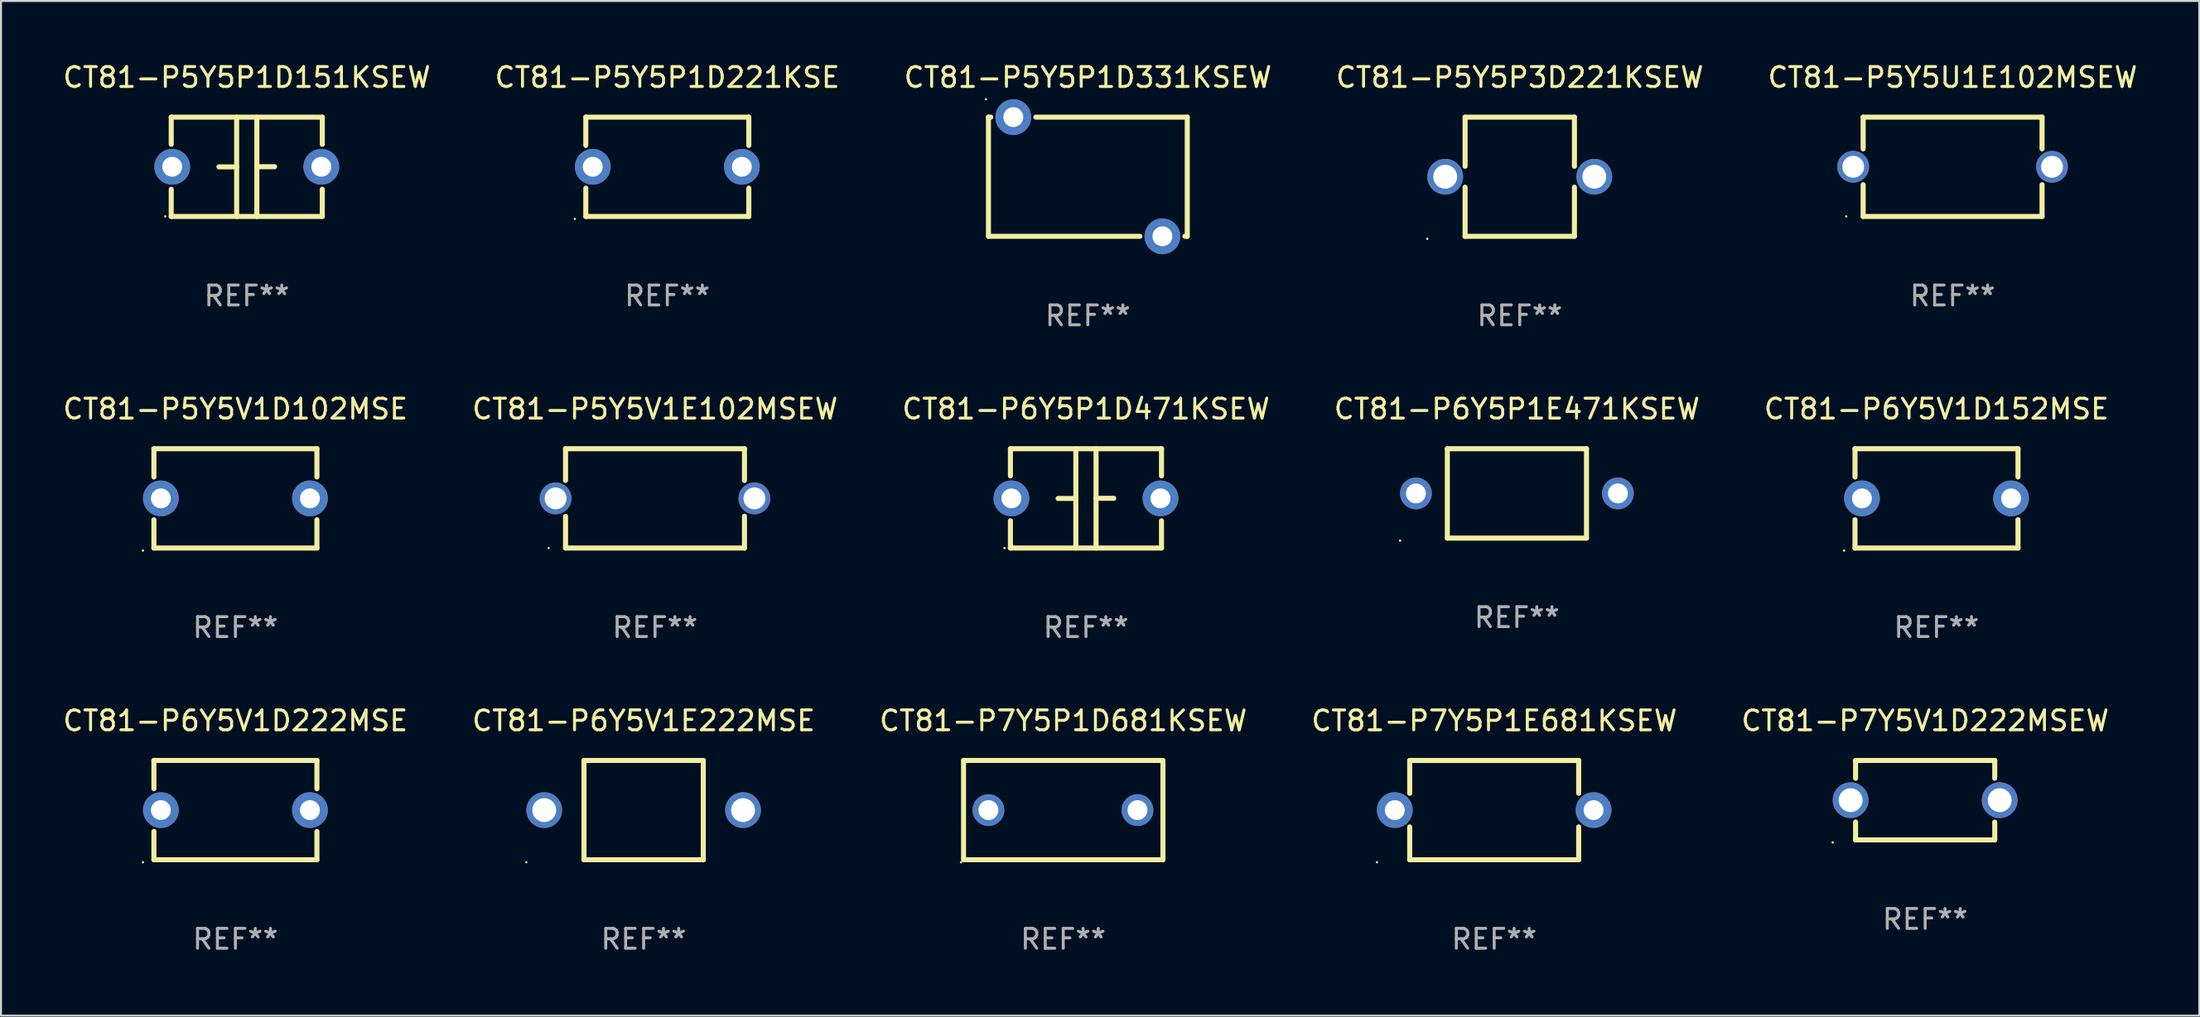
<source format=kicad_pcb>
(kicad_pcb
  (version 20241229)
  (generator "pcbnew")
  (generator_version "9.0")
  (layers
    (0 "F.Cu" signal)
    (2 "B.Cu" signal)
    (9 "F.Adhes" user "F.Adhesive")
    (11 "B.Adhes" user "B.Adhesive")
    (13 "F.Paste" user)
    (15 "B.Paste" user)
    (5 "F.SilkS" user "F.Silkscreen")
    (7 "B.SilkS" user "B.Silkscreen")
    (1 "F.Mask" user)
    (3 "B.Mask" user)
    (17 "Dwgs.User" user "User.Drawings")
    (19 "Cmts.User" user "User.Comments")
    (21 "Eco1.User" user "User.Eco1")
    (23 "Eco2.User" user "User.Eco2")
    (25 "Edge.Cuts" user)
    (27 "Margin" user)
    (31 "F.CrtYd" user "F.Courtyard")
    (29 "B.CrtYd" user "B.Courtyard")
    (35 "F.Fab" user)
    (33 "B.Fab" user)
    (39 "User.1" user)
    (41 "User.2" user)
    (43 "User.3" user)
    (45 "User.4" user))
  (footprint "CT81-P5Y5V1E102MSEW"
    (layer "F.Cu")
    (at 29.899 22.045)
    (property "Reference" "CT81-P5Y5V1E102MSEW" (at 0 -4.5 0) (layer "F.SilkS") (effects (font (size 1 1) (thickness 0.15))))
    (attr through_hole)
    (fp_line (start -4.5 -2.5) (end 4.5 -2.5) (stroke (width 0.254) (type solid)) (layer "F.SilkS"))
    (fp_line (start -4.5 -0.901) (end -4.5 -2.5) (stroke (width 0.254) (type solid)) (layer "F.SilkS"))
    (fp_line (start -4.5 2.5) (end -4.5 0.901) (stroke (width 0.254) (type solid)) (layer "F.SilkS"))
    (fp_line (start -4.5 2.5) (end 4.5 2.5) (stroke (width 0.254) (type solid)) (layer "F.SilkS"))
    (fp_line (start 4.5 -0.901) (end 4.5 -2.5) (stroke (width 0.254) (type solid)) (layer "F.SilkS"))
    (fp_line (start 4.5 2.5) (end 4.5 0.901) (stroke (width 0.254) (type solid)) (layer "F.SilkS"))
    (fp_circle (center -5.35 2.5) (end -5.32 2.5) (stroke (width 0.06) (type solid)) (fill no) (layer "F.SilkS"))
    (fp_text user "REF**" (at 0 6.5 0) (layer "F.Fab") (effects (font (size 1 1) (thickness 0.15))))
    (pad "1" thru_hole circle (at -5 0) (size 1.6 1.6) (drill 1.1) (layers "*.Cu" "*.Mask"))
    (pad "2" thru_hole circle (at 5 0) (size 1.6 1.6) (drill 1.1) (layers "*.Cu" "*.Mask")))
  (footprint "CT81-P7Y5P1D681KSEW"
    (layer "F.Cu")
    (at 50.435 37.741)
    (property "Reference" "CT81-P7Y5P1D681KSEW" (at 0 -4.5 0) (layer "F.SilkS") (effects (font (size 1 1) (thickness 0.15))))
    (attr through_hole)
    (fp_line (start -5.015 2.5) (end -5.015 -2.5) (stroke (width 0.254) (type solid)) (layer "F.SilkS"))
    (fp_line (start -5.005 -2.5) (end 4.995 -2.5) (stroke (width 0.254) (type solid)) (layer "F.SilkS"))
    (fp_line (start 5.005 2.5) (end -4.995 2.5) (stroke (width 0.254) (type solid)) (layer "F.SilkS"))
    (fp_line (start 5.015 -2.5) (end 5.015 2.5) (stroke (width 0.254) (type solid)) (layer "F.SilkS"))
    (fp_circle (center -5.142 2.627) (end -5.112 2.627) (stroke (width 0.06) (type solid)) (fill no) (layer "F.SilkS"))
    (fp_text user "REF**" (at 0 6.5 0) (layer "F.Fab") (effects (font (size 1 1) (thickness 0.15))))
    (pad "1" thru_hole circle (at -3.764 0) (size 1.6 1.6) (drill 1) (layers "*.Cu" "*.Mask"))
    (pad "2" thru_hole circle (at 3.734 0) (size 1.6 1.6) (drill 1) (layers "*.Cu" "*.Mask")))
  (footprint "CT81-P7Y5P1E681KSEW"
    (layer "F.Cu")
    (at 72.113 37.741)
    (property "Reference" "CT81-P7Y5P1E681KSEW" (at 0 -4.499 0) (layer "F.SilkS") (effects (font (size 1 1) (thickness 0.15))))
    (attr through_hole)
    (fp_line (start -4.25 -2.499) (end -4.25 -0.846) (stroke (width 0.254) (type solid)) (layer "F.SilkS"))
    (fp_line (start -4.25 -2.499) (end 4.25 -2.499) (stroke (width 0.254) (type solid)) (layer "F.SilkS"))
    (fp_line (start -4.25 0.846) (end -4.25 2.499) (stroke (width 0.254) (type solid)) (layer "F.SilkS"))
    (fp_line (start 4.25 -0.846) (end 4.25 -2.499) (stroke (width 0.254) (type solid)) (layer "F.SilkS"))
    (fp_line (start 4.25 2.499) (end -4.25 2.499) (stroke (width 0.254) (type solid)) (layer "F.SilkS"))
    (fp_line (start 4.25 2.499) (end 4.25 0.846) (stroke (width 0.254) (type solid)) (layer "F.SilkS"))
    (fp_circle (center -5.9 2.626) (end -5.87 2.626) (stroke (width 0.06) (type solid)) (fill no) (layer "F.SilkS"))
    (fp_text user "REF**" (at 0 6.499 0) (layer "F.Fab") (effects (font (size 1 1) (thickness 0.15))))
    (pad "1" thru_hole circle (at -5 0) (size 1.8 1.8) (drill 1) (layers "*.Cu" "*.Mask"))
    (pad "2" thru_hole circle (at 5 0) (size 1.8 1.8) (drill 1) (layers "*.Cu" "*.Mask")))
  (footprint "CT81-P6Y5P1E471KSEW"
    (layer "F.Cu")
    (at 73.256 21.795)
    (property "Reference" "CT81-P6Y5P1E471KSEW" (at 0 -4.25 0) (layer "F.SilkS") (effects (font (size 1 1) (thickness 0.15))))
    (attr through_hole)
    (fp_line (start -3.5 -2.25) (end 3.5 -2.25) (stroke (width 0.254) (type solid)) (layer "F.SilkS"))
    (fp_line (start -3.5 2.25) (end -3.5 -2.25) (stroke (width 0.254) (type solid)) (layer "F.SilkS"))
    (fp_line (start 3.5 -2.25) (end 3.5 2.25) (stroke (width 0.254) (type solid)) (layer "F.SilkS"))
    (fp_line (start 3.5 2.25) (end -3.5 2.25) (stroke (width 0.254) (type solid)) (layer "F.SilkS"))
    (fp_circle (center -5.88 2.377) (end -5.85 2.377) (stroke (width 0.06) (type solid)) (fill no) (layer "F.SilkS"))
    (fp_text user "REF**" (at 0 6.25 0) (layer "F.Fab") (effects (font (size 1 1) (thickness 0.15))))
    (pad "1" thru_hole circle (at -5.08 0) (size 1.6 1.6) (drill 1) (layers "*.Cu" "*.Mask"))
    (pad "2" thru_hole circle (at 5.08 0) (size 1.6 1.6) (drill 1) (layers "*.Cu" "*.Mask")))
  (footprint "CT81-P6Y5P1D471KSEW"
    (layer "F.Cu")
    (at 51.577 22.045)
    (property "Reference" "CT81-P6Y5P1D471KSEW" (at 0 -4.5 0) (layer "F.SilkS") (effects (font (size 1 1) (thickness 0.15))))
    (attr through_hole)
    (fp_line (start -3.8 -2.5) (end -3.8 -1.13) (stroke (width 0.254) (type solid)) (layer "F.SilkS"))
    (fp_line (start -3.8 -2.5) (end 3.8 -2.5) (stroke (width 0.254) (type solid)) (layer "F.SilkS"))
    (fp_line (start -3.8 1.13) (end -3.8 2.5) (stroke (width 0.254) (type solid)) (layer "F.SilkS"))
    (fp_line (start -3.8 2.5) (end 3.8 2.5) (stroke (width 0.254) (type solid)) (layer "F.SilkS"))
    (fp_line (start -0.508 0.004) (end -1.4 0.004) (stroke (width 0.254) (type solid)) (layer "F.SilkS"))
    (fp_line (start -0.508 2.5) (end -0.508 -2.5) (stroke (width 0.254) (type solid)) (layer "F.SilkS"))
    (fp_line (start 0.508 -2.5) (end 0.508 2.5) (stroke (width 0.254) (type solid)) (layer "F.SilkS"))
    (fp_line (start 0.508 -0.004) (end 1.4 -0.004) (stroke (width 0.254) (type solid)) (layer "F.SilkS"))
    (fp_line (start 3.8 -2.5) (end 3.8 -1.13) (stroke (width 0.254) (type solid)) (layer "F.SilkS"))
    (fp_line (start 3.8 1.13) (end 3.8 2.5) (stroke (width 0.254) (type solid)) (layer "F.SilkS"))
    (fp_circle (center -4.1 2.5) (end -4.07 2.5) (stroke (width 0.06) (type solid)) (fill no) (layer "F.SilkS"))
    (fp_text user "REF**" (at 0 6.5 0) (layer "F.Fab") (effects (font (size 1 1) (thickness 0.15))))
    (pad "1" thru_hole circle (at -3.75 0) (size 1.8 1.8) (drill 1) (layers "*.Cu" "*.Mask"))
    (pad "2" thru_hole circle (at 3.75 0) (size 1.8 1.8) (drill 1) (layers "*.Cu" "*.Mask")))
  (footprint "CT81-P5Y5P3D221KSEW"
    (layer "F.Cu")
    (at 73.399 5.848)
    (property "Reference" "CT81-P5Y5P3D221KSEW" (at 0 -5 0) (layer "F.SilkS") (effects (font (size 1 1) (thickness 0.15))))
    (attr through_hole)
    (fp_line (start -2.75 -3) (end -2.75 -0.526) (stroke (width 0.254) (type solid)) (layer "F.SilkS"))
    (fp_line (start -2.75 -3) (end 2.75 -3) (stroke (width 0.254) (type solid)) (layer "F.SilkS"))
    (fp_line (start -2.75 0.526) (end -2.75 3) (stroke (width 0.254) (type solid)) (layer "F.SilkS"))
    (fp_line (start 2.75 -3) (end 2.75 -0.526) (stroke (width 0.254) (type solid)) (layer "F.SilkS"))
    (fp_line (start 2.75 0.526) (end 2.75 3) (stroke (width 0.254) (type solid)) (layer "F.SilkS"))
    (fp_line (start 2.75 3) (end -2.75 3) (stroke (width 0.254) (type solid)) (layer "F.SilkS"))
    (fp_circle (center -4.65 3.127) (end -4.62 3.127) (stroke (width 0.06) (type solid)) (fill no) (layer "F.SilkS"))
    (fp_text user "REF**" (at 0 7 0) (layer "F.Fab") (effects (font (size 1 1) (thickness 0.15))))
    (pad "1" thru_hole circle (at -3.75 0) (size 1.8 1.8) (drill 1.2) (layers "*.Cu" "*.Mask"))
    (pad "2" thru_hole circle (at 3.75 0) (size 1.8 1.8) (drill 1.2) (layers "*.Cu" "*.Mask")))
  (footprint "CT81-P6Y5V1E222MSE"
    (layer "F.Cu")
    (at 29.327 37.741)
    (property "Reference" "CT81-P6Y5V1E222MSE" (at 0 -4.5 0) (layer "F.SilkS") (effects (font (size 1 1) (thickness 0.15))))
    (attr through_hole)
    (fp_line (start -3 -2.5) (end 3 -2.5) (stroke (width 0.254) (type solid)) (layer "F.SilkS"))
    (fp_line (start -3 2.5) (end -3 -2.5) (stroke (width 0.254) (type solid)) (layer "F.SilkS"))
    (fp_line (start 3 -2.5) (end 3 2.5) (stroke (width 0.254) (type solid)) (layer "F.SilkS"))
    (fp_line (start 3 2.5) (end -3 2.5) (stroke (width 0.254) (type solid)) (layer "F.SilkS"))
    (fp_circle (center -5.9 2.627) (end -5.87 2.627) (stroke (width 0.06) (type solid)) (fill no) (layer "F.SilkS"))
    (fp_text user "REF**" (at 0 6.5 0) (layer "F.Fab") (effects (font (size 1 1) (thickness 0.15))))
    (pad "1" thru_hole circle (at -5 0) (size 1.8 1.8) (drill 1.2) (layers "*.Cu" "*.Mask"))
    (pad "2" thru_hole circle (at 5 0) (size 1.8 1.8) (drill 1.2) (layers "*.Cu" "*.Mask")))
  (footprint "CT81-P6Y5V1D222MSE"
    (layer "F.Cu")
    (at 8.792 37.741)
    (property "Reference" "CT81-P6Y5V1D222MSE" (at 0 -4.5 0) (layer "F.SilkS") (effects (font (size 1 1) (thickness 0.15))))
    (attr through_hole)
    (fp_line (start -4.1 -2.5) (end -4.1 -1.076) (stroke (width 0.254) (type solid)) (layer "F.SilkS"))
    (fp_line (start -4.1 -2.5) (end 4.1 -2.5) (stroke (width 0.254) (type solid)) (layer "F.SilkS"))
    (fp_line (start -4.1 1.076) (end -4.1 2.5) (stroke (width 0.254) (type solid)) (layer "F.SilkS"))
    (fp_line (start -4.1 2.5) (end 4.1 2.5) (stroke (width 0.254) (type solid)) (layer "F.SilkS"))
    (fp_line (start 4.1 -2.5) (end 4.1 -1.076) (stroke (width 0.254) (type solid)) (layer "F.SilkS"))
    (fp_line (start 4.1 1.076) (end 4.1 2.5) (stroke (width 0.254) (type solid)) (layer "F.SilkS"))
    (fp_circle (center -4.65 2.627) (end -4.62 2.627) (stroke (width 0.06) (type solid)) (fill no) (layer "F.SilkS"))
    (fp_text user "REF**" (at 0 6.5 0) (layer "F.Fab") (effects (font (size 1 1) (thickness 0.15))))
    (pad "1" thru_hole circle (at -3.75 0) (size 1.8 1.8) (drill 1) (layers "*.Cu" "*.Mask"))
    (pad "2" thru_hole circle (at 3.75 0) (size 1.8 1.8) (drill 1) (layers "*.Cu" "*.Mask")))
  (footprint "CT81-P5Y5P1D151KSEW"
    (layer "F.Cu")
    (at 9.363 5.348)
    (property "Reference" "CT81-P5Y5P1D151KSEW" (at 0 -4.5 0) (layer "F.SilkS") (effects (font (size 1 1) (thickness 0.15))))
    (attr through_hole)
    (fp_line (start -3.8 -2.5) (end -3.8 -1.13) (stroke (width 0.254) (type solid)) (layer "F.SilkS"))
    (fp_line (start -3.8 -2.5) (end 3.8 -2.5) (stroke (width 0.254) (type solid)) (layer "F.SilkS"))
    (fp_line (start -3.8 1.13) (end -3.8 2.5) (stroke (width 0.254) (type solid)) (layer "F.SilkS"))
    (fp_line (start -3.8 2.5) (end 3.8 2.5) (stroke (width 0.254) (type solid)) (layer "F.SilkS"))
    (fp_line (start -0.508 0.004) (end -1.4 0.004) (stroke (width 0.254) (type solid)) (layer "F.SilkS"))
    (fp_line (start -0.508 2.5) (end -0.508 -2.5) (stroke (width 0.254) (type solid)) (layer "F.SilkS"))
    (fp_line (start 0.508 -2.5) (end 0.508 2.5) (stroke (width 0.254) (type solid)) (layer "F.SilkS"))
    (fp_line (start 0.508 -0.004) (end 1.4 -0.004) (stroke (width 0.254) (type solid)) (layer "F.SilkS"))
    (fp_line (start 3.8 -2.5) (end 3.8 -1.13) (stroke (width 0.254) (type solid)) (layer "F.SilkS"))
    (fp_line (start 3.8 1.13) (end 3.8 2.5) (stroke (width 0.254) (type solid)) (layer "F.SilkS"))
    (fp_circle (center -4.1 2.5) (end -4.07 2.5) (stroke (width 0.06) (type solid)) (fill no) (layer "F.SilkS"))
    (fp_text user "REF**" (at 0 6.5 0) (layer "F.Fab") (effects (font (size 1 1) (thickness 0.15))))
    (pad "1" thru_hole circle (at -3.75 0) (size 1.8 1.8) (drill 1) (layers "*.Cu" "*.Mask"))
    (pad "2" thru_hole circle (at 3.75 0) (size 1.8 1.8) (drill 1) (layers "*.Cu" "*.Mask")))
  (footprint "CT81-P7Y5V1D222MSEW"
    (layer "F.Cu")
    (at 93.792 37.241)
    (property "Reference" "CT81-P7Y5V1D222MSEW" (at 0 -4 0) (layer "F.SilkS") (effects (font (size 1 1) (thickness 0.15))))
    (attr through_hole)
    (fp_line (start -3.5 -2) (end -3.5 -1.103) (stroke (width 0.254) (type solid)) (layer "F.SilkS"))
    (fp_line (start -3.5 -2) (end 3.5 -2) (stroke (width 0.254) (type solid)) (layer "F.SilkS"))
    (fp_line (start -3.5 1.103) (end -3.5 2) (stroke (width 0.254) (type solid)) (layer "F.SilkS"))
    (fp_line (start 3.5 -1.103) (end 3.5 -2) (stroke (width 0.254) (type solid)) (layer "F.SilkS"))
    (fp_line (start 3.5 2) (end -3.5 2) (stroke (width 0.254) (type solid)) (layer "F.SilkS"))
    (fp_line (start 3.5 2) (end 3.5 1.103) (stroke (width 0.254) (type solid)) (layer "F.SilkS"))
    (fp_circle (center -4.65 2.127) (end -4.62 2.127) (stroke (width 0.06) (type solid)) (fill no) (layer "F.SilkS"))
    (fp_text user "REF**" (at 0 6 0) (layer "F.Fab") (effects (font (size 1 1) (thickness 0.15))))
    (pad "1" thru_hole circle (at -3.75 0) (size 1.8 1.8) (drill 1.2) (layers "*.Cu" "*.Mask"))
    (pad "2" thru_hole circle (at 3.75 0) (size 1.8 1.8) (drill 1.2) (layers "*.Cu" "*.Mask")))
  (footprint "CT81-P5Y5U1E102MSEW"
    (layer "F.Cu")
    (at 95.173 5.348)
    (property "Reference" "CT81-P5Y5U1E102MSEW" (at 0 -4.5 0) (layer "F.SilkS") (effects (font (size 1 1) (thickness 0.15))))
    (attr through_hole)
    (fp_line (start -4.5 -2.5) (end 4.5 -2.5) (stroke (width 0.254) (type solid)) (layer "F.SilkS"))
    (fp_line (start -4.5 -0.901) (end -4.5 -2.5) (stroke (width 0.254) (type solid)) (layer "F.SilkS"))
    (fp_line (start -4.5 2.5) (end -4.5 0.901) (stroke (width 0.254) (type solid)) (layer "F.SilkS"))
    (fp_line (start -4.5 2.5) (end 4.5 2.5) (stroke (width 0.254) (type solid)) (layer "F.SilkS"))
    (fp_line (start 4.5 -0.901) (end 4.5 -2.5) (stroke (width 0.254) (type solid)) (layer "F.SilkS"))
    (fp_line (start 4.5 2.5) (end 4.5 0.901) (stroke (width 0.254) (type solid)) (layer "F.SilkS"))
    (fp_circle (center -5.35 2.5) (end -5.32 2.5) (stroke (width 0.06) (type solid)) (fill no) (layer "F.SilkS"))
    (fp_text user "REF**" (at 0 6.5 0) (layer "F.Fab") (effects (font (size 1 1) (thickness 0.15))))
    (pad "1" thru_hole circle (at -5 0) (size 1.6 1.6) (drill 1.1) (layers "*.Cu" "*.Mask"))
    (pad "2" thru_hole circle (at 5 0) (size 1.6 1.6) (drill 1.1) (layers "*.Cu" "*.Mask")))
  (footprint "CT81-P5Y5P1D331KSEW"
    (layer "F.Cu")
    (at 51.673 5.848)
    (property "Reference" "CT81-P5Y5P1D331KSEW" (at 0 -5 0) (layer "F.SilkS") (effects (font (size 1 1) (thickness 0.15))))
    (attr through_hole)
    (fp_line (start -5 -3) (end -5 3) (stroke (width 0.254) (type solid)) (layer "F.SilkS"))
    (fp_line (start -5 -3) (end -4.881 -3) (stroke (width 0.254) (type solid)) (layer "F.SilkS"))
    (fp_line (start -5 3) (end 2.619 3) (stroke (width 0.254) (type solid)) (layer "F.SilkS"))
    (fp_line (start -2.619 -3) (end 5 -3) (stroke (width 0.254) (type solid)) (layer "F.SilkS"))
    (fp_line (start 4.881 3) (end 5 3) (stroke (width 0.254) (type solid)) (layer "F.SilkS"))
    (fp_line (start 5 -3) (end 5 3) (stroke (width 0.254) (type solid)) (layer "F.SilkS"))
    (fp_circle (center -5.127 -3.9) (end -5.097 -3.9) (stroke (width 0.06) (type solid)) (fill no) (layer "F.SilkS"))
    (fp_text user "REF**" (at 0 7 0) (layer "F.Fab") (effects (font (size 1 1) (thickness 0.15))))
    (pad "1" thru_hole circle (at -3.75 -3) (size 1.8 1.8) (drill 1) (layers "*.Cu" "*.Mask"))
    (pad "2" thru_hole circle (at 3.75 3) (size 1.8 1.8) (drill 1) (layers "*.Cu" "*.Mask")))
  (footprint "CT81-P6Y5V1D152MSE"
    (layer "F.Cu")
    (at 94.363 22.045)
    (property "Reference" "CT81-P6Y5V1D152MSE" (at 0 -4.5 0) (layer "F.SilkS") (effects (font (size 1 1) (thickness 0.15))))
    (attr through_hole)
    (fp_line (start -4.1 -2.5) (end -4.1 -1.076) (stroke (width 0.254) (type solid)) (layer "F.SilkS"))
    (fp_line (start -4.1 -2.5) (end 4.1 -2.5) (stroke (width 0.254) (type solid)) (layer "F.SilkS"))
    (fp_line (start -4.1 1.076) (end -4.1 2.5) (stroke (width 0.254) (type solid)) (layer "F.SilkS"))
    (fp_line (start -4.1 2.5) (end 4.1 2.5) (stroke (width 0.254) (type solid)) (layer "F.SilkS"))
    (fp_line (start 4.1 -2.5) (end 4.1 -1.076) (stroke (width 0.254) (type solid)) (layer "F.SilkS"))
    (fp_line (start 4.1 1.076) (end 4.1 2.5) (stroke (width 0.254) (type solid)) (layer "F.SilkS"))
    (fp_circle (center -4.65 2.627) (end -4.62 2.627) (stroke (width 0.06) (type solid)) (fill no) (layer "F.SilkS"))
    (fp_text user "REF**" (at 0 6.5 0) (layer "F.Fab") (effects (font (size 1 1) (thickness 0.15))))
    (pad "1" thru_hole circle (at -3.75 0) (size 1.8 1.8) (drill 1) (layers "*.Cu" "*.Mask"))
    (pad "2" thru_hole circle (at 3.75 0) (size 1.8 1.8) (drill 1) (layers "*.Cu" "*.Mask")))
  (footprint "CT81-P5Y5V1D102MSE"
    (layer "F.Cu")
    (at 8.792 22.045)
    (property "Reference" "CT81-P5Y5V1D102MSE" (at 0 -4.5 0) (layer "F.SilkS") (effects (font (size 1 1) (thickness 0.15))))
    (attr through_hole)
    (fp_line (start -4.1 -2.5) (end -4.1 -1.076) (stroke (width 0.254) (type solid)) (layer "F.SilkS"))
    (fp_line (start -4.1 -2.5) (end 4.1 -2.5) (stroke (width 0.254) (type solid)) (layer "F.SilkS"))
    (fp_line (start -4.1 1.076) (end -4.1 2.5) (stroke (width 0.254) (type solid)) (layer "F.SilkS"))
    (fp_line (start -4.1 2.5) (end 4.1 2.5) (stroke (width 0.254) (type solid)) (layer "F.SilkS"))
    (fp_line (start 4.1 -2.5) (end 4.1 -1.076) (stroke (width 0.254) (type solid)) (layer "F.SilkS"))
    (fp_line (start 4.1 1.076) (end 4.1 2.5) (stroke (width 0.254) (type solid)) (layer "F.SilkS"))
    (fp_circle (center -4.65 2.627) (end -4.62 2.627) (stroke (width 0.06) (type solid)) (fill no) (layer "F.SilkS"))
    (fp_text user "REF**" (at 0 6.5 0) (layer "F.Fab") (effects (font (size 1 1) (thickness 0.15))))
    (pad "1" thru_hole circle (at -3.75 0) (size 1.8 1.8) (drill 1) (layers "*.Cu" "*.Mask"))
    (pad "2" thru_hole circle (at 3.75 0) (size 1.8 1.8) (drill 1) (layers "*.Cu" "*.Mask")))
  (footprint "CT81-P5Y5P1D221KSE"
    (layer "F.Cu")
    (at 30.518 5.348)
    (property "Reference" "CT81-P5Y5P1D221KSE" (at 0 -4.5 0) (layer "F.SilkS") (effects (font (size 1 1) (thickness 0.15))))
    (attr through_hole)
    (fp_line (start -4.1 -2.5) (end -4.1 -1.076) (stroke (width 0.254) (type solid)) (layer "F.SilkS"))
    (fp_line (start -4.1 -2.5) (end 4.1 -2.5) (stroke (width 0.254) (type solid)) (layer "F.SilkS"))
    (fp_line (start -4.1 1.076) (end -4.1 2.5) (stroke (width 0.254) (type solid)) (layer "F.SilkS"))
    (fp_line (start -4.1 2.5) (end 4.1 2.5) (stroke (width 0.254) (type solid)) (layer "F.SilkS"))
    (fp_line (start 4.1 -2.5) (end 4.1 -1.076) (stroke (width 0.254) (type solid)) (layer "F.SilkS"))
    (fp_line (start 4.1 1.076) (end 4.1 2.5) (stroke (width 0.254) (type solid)) (layer "F.SilkS"))
    (fp_circle (center -4.65 2.627) (end -4.62 2.627) (stroke (width 0.06) (type solid)) (fill no) (layer "F.SilkS"))
    (fp_text user "REF**" (at 0 6.5 0) (layer "F.Fab") (effects (font (size 1 1) (thickness 0.15))))
    (pad "1" thru_hole circle (at -3.75 0) (size 1.8 1.8) (drill 1) (layers "*.Cu" "*.Mask"))
    (pad "2" thru_hole circle (at 3.75 0) (size 1.8 1.8) (drill 1) (layers "*.Cu" "*.Mask")))
  (gr_rect
    (start -3 -3)
    (end 107.583 48.09)
    (stroke (width 0.1) (type default))
    (fill no)
    (layer "Edge.Cuts")))
</source>
